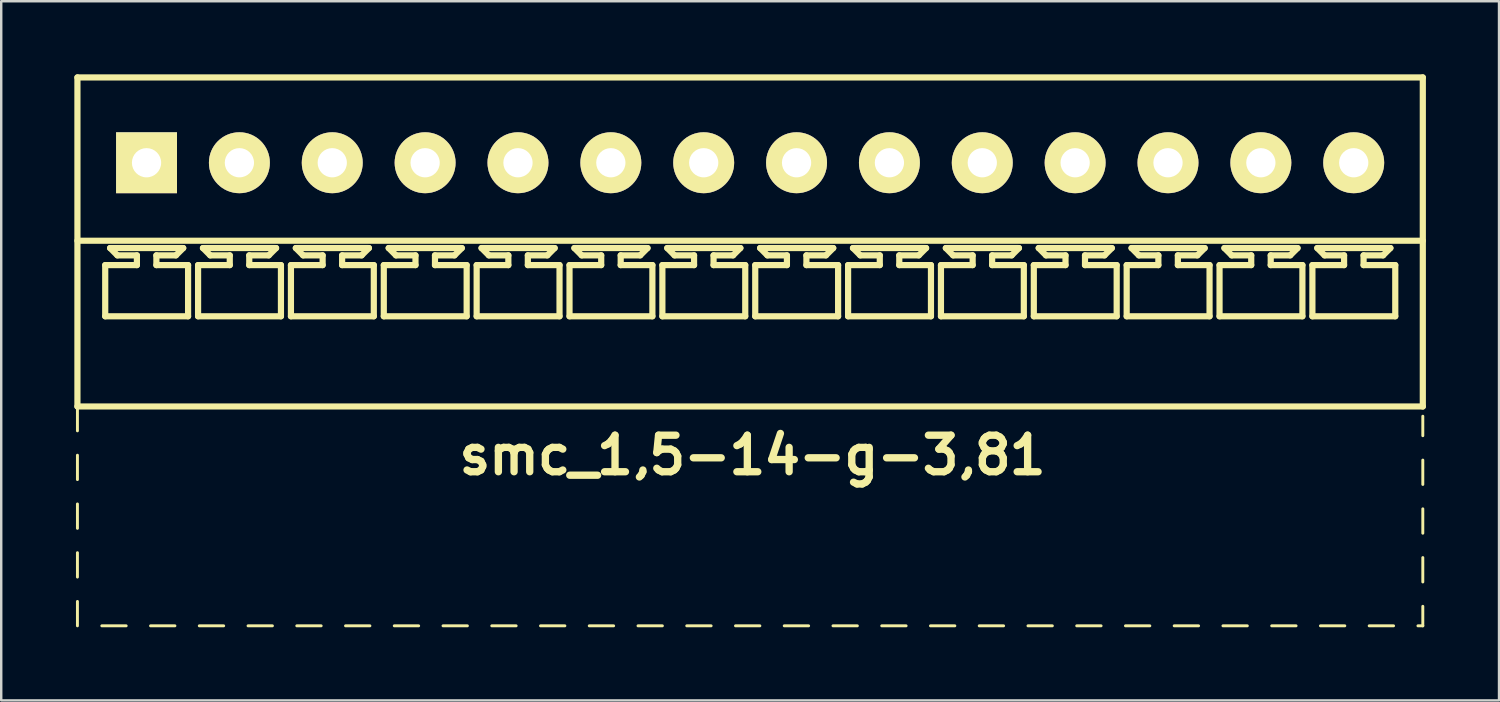
<source format=kicad_pcb>
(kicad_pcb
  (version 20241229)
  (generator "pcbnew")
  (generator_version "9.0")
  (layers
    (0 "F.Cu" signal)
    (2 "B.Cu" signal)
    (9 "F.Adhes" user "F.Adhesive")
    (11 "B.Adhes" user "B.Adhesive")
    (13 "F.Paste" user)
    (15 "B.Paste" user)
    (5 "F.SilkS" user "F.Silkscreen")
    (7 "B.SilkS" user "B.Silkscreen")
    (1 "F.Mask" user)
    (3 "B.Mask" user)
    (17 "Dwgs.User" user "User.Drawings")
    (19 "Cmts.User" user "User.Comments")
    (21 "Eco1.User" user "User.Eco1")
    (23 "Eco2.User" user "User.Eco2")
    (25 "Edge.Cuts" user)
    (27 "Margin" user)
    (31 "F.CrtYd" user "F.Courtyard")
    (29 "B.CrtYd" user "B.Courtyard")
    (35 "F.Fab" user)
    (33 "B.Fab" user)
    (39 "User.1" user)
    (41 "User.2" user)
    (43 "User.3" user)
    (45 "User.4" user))
  (footprint "smc_1,5-14-g-3,81"
    (layer "F.Cu")
    (at 27.727 3.627)
    (property "Reference" "smc_1,5-14-g-3,81" (at 0.1 12 0) (layer "F.SilkS") (effects (font (size 1.5 1.5) (thickness 0.3))))
    (attr through_hole)
    (fp_line (start -27.6 -3.5) (end -27.6 10) (stroke (width 0.254) (type solid)) (layer "F.SilkS"))
    (fp_line (start -27.6 -3.5) (end 27.6 -3.5) (stroke (width 0.254) (type solid)) (layer "F.SilkS"))
    (fp_line (start -27.6 3.2) (end 27.6 3.2) (stroke (width 0.254) (type solid)) (layer "F.SilkS"))
    (fp_line (start -27.6 10) (end -27.6 11) (stroke (width 0.12) (type solid)) (layer "F.SilkS"))
    (fp_line (start -27.6 10) (end 27.6 10) (stroke (width 0.254) (type solid)) (layer "F.SilkS"))
    (fp_line (start -27.6 12) (end -27.6 13) (stroke (width 0.12) (type solid)) (layer "F.SilkS"))
    (fp_line (start -27.6 14) (end -27.6 15) (stroke (width 0.12) (type solid)) (layer "F.SilkS"))
    (fp_line (start -27.6 16) (end -27.6 17) (stroke (width 0.12) (type solid)) (layer "F.SilkS"))
    (fp_line (start -27.6 18) (end -27.6 19) (stroke (width 0.12) (type solid)) (layer "F.SilkS"))
    (fp_line (start -26.6 19) (end -25.6 19) (stroke (width 0.12) (type solid)) (layer "F.SilkS"))
    (fp_line (start -26.46 4.2) (end -25.16 4.2) (stroke (width 0.254) (type solid)) (layer "F.SilkS"))
    (fp_line (start -26.46 6.3) (end -26.46 4.2) (stroke (width 0.254) (type solid)) (layer "F.SilkS"))
    (fp_line (start -26.26 3.5) (end -23.26 3.5) (stroke (width 0.254) (type solid)) (layer "F.SilkS"))
    (fp_line (start -25.96 3.8) (end -26.26 3.5) (stroke (width 0.254) (type solid)) (layer "F.SilkS"))
    (fp_line (start -25.16 3.8) (end -25.96 3.8) (stroke (width 0.254) (type solid)) (layer "F.SilkS"))
    (fp_line (start -25.16 4.2) (end -25.16 3.8) (stroke (width 0.254) (type solid)) (layer "F.SilkS"))
    (fp_line (start -24.6 19) (end -23.6 19) (stroke (width 0.12) (type solid)) (layer "F.SilkS"))
    (fp_line (start -24.36 3.8) (end -24.36 4.2) (stroke (width 0.254) (type solid)) (layer "F.SilkS"))
    (fp_line (start -24.36 4.2) (end -23.06 4.2) (stroke (width 0.254) (type solid)) (layer "F.SilkS"))
    (fp_line (start -23.56 3.8) (end -24.36 3.8) (stroke (width 0.254) (type solid)) (layer "F.SilkS"))
    (fp_line (start -23.56 3.8) (end -23.26 3.5) (stroke (width 0.254) (type solid)) (layer "F.SilkS"))
    (fp_line (start -23.06 4.2) (end -23.06 6.3) (stroke (width 0.254) (type solid)) (layer "F.SilkS"))
    (fp_line (start -23.06 6.3) (end -26.46 6.3) (stroke (width 0.254) (type solid)) (layer "F.SilkS"))
    (fp_line (start -22.65 4.2) (end -21.35 4.2) (stroke (width 0.254) (type solid)) (layer "F.SilkS"))
    (fp_line (start -22.65 6.3) (end -22.65 4.2) (stroke (width 0.254) (type solid)) (layer "F.SilkS"))
    (fp_line (start -22.6 19) (end -21.6 19) (stroke (width 0.12) (type solid)) (layer "F.SilkS"))
    (fp_line (start -22.45 3.5) (end -19.45 3.5) (stroke (width 0.254) (type solid)) (layer "F.SilkS"))
    (fp_line (start -22.15 3.8) (end -22.45 3.5) (stroke (width 0.254) (type solid)) (layer "F.SilkS"))
    (fp_line (start -21.35 3.8) (end -22.15 3.8) (stroke (width 0.254) (type solid)) (layer "F.SilkS"))
    (fp_line (start -21.35 4.2) (end -21.35 3.8) (stroke (width 0.254) (type solid)) (layer "F.SilkS"))
    (fp_line (start -20.6 19) (end -19.6 19) (stroke (width 0.12) (type solid)) (layer "F.SilkS"))
    (fp_line (start -20.55 3.8) (end -20.55 4.2) (stroke (width 0.254) (type solid)) (layer "F.SilkS"))
    (fp_line (start -20.55 4.2) (end -19.25 4.2) (stroke (width 0.254) (type solid)) (layer "F.SilkS"))
    (fp_line (start -19.75 3.8) (end -20.55 3.8) (stroke (width 0.254) (type solid)) (layer "F.SilkS"))
    (fp_line (start -19.75 3.8) (end -19.45 3.5) (stroke (width 0.254) (type solid)) (layer "F.SilkS"))
    (fp_line (start -19.25 4.2) (end -19.25 6.3) (stroke (width 0.254) (type solid)) (layer "F.SilkS"))
    (fp_line (start -19.25 6.3) (end -22.65 6.3) (stroke (width 0.254) (type solid)) (layer "F.SilkS"))
    (fp_line (start -18.84 4.2) (end -17.54 4.2) (stroke (width 0.254) (type solid)) (layer "F.SilkS"))
    (fp_line (start -18.84 6.3) (end -18.84 4.2) (stroke (width 0.254) (type solid)) (layer "F.SilkS"))
    (fp_line (start -18.64 3.5) (end -15.64 3.5) (stroke (width 0.254) (type solid)) (layer "F.SilkS"))
    (fp_line (start -18.6 19) (end -17.6 19) (stroke (width 0.12) (type solid)) (layer "F.SilkS"))
    (fp_line (start -18.34 3.8) (end -18.64 3.5) (stroke (width 0.254) (type solid)) (layer "F.SilkS"))
    (fp_line (start -17.54 3.8) (end -18.34 3.8) (stroke (width 0.254) (type solid)) (layer "F.SilkS"))
    (fp_line (start -17.54 4.2) (end -17.54 3.8) (stroke (width 0.254) (type solid)) (layer "F.SilkS"))
    (fp_line (start -16.74 3.8) (end -16.74 4.2) (stroke (width 0.254) (type solid)) (layer "F.SilkS"))
    (fp_line (start -16.74 4.2) (end -15.44 4.2) (stroke (width 0.254) (type solid)) (layer "F.SilkS"))
    (fp_line (start -16.6 19) (end -15.6 19) (stroke (width 0.12) (type solid)) (layer "F.SilkS"))
    (fp_line (start -15.94 3.8) (end -16.74 3.8) (stroke (width 0.254) (type solid)) (layer "F.SilkS"))
    (fp_line (start -15.94 3.8) (end -15.64 3.5) (stroke (width 0.254) (type solid)) (layer "F.SilkS"))
    (fp_line (start -15.44 4.2) (end -15.44 6.3) (stroke (width 0.254) (type solid)) (layer "F.SilkS"))
    (fp_line (start -15.44 6.3) (end -18.84 6.3) (stroke (width 0.254) (type solid)) (layer "F.SilkS"))
    (fp_line (start -15.03 4.2) (end -13.73 4.2) (stroke (width 0.254) (type solid)) (layer "F.SilkS"))
    (fp_line (start -15.03 6.3) (end -15.03 4.2) (stroke (width 0.254) (type solid)) (layer "F.SilkS"))
    (fp_line (start -14.83 3.5) (end -11.83 3.5) (stroke (width 0.254) (type solid)) (layer "F.SilkS"))
    (fp_line (start -14.6 19) (end -13.6 19) (stroke (width 0.12) (type solid)) (layer "F.SilkS"))
    (fp_line (start -14.53 3.8) (end -14.83 3.5) (stroke (width 0.254) (type solid)) (layer "F.SilkS"))
    (fp_line (start -13.73 3.8) (end -14.53 3.8) (stroke (width 0.254) (type solid)) (layer "F.SilkS"))
    (fp_line (start -13.73 4.2) (end -13.73 3.8) (stroke (width 0.254) (type solid)) (layer "F.SilkS"))
    (fp_line (start -12.93 3.8) (end -12.93 4.2) (stroke (width 0.254) (type solid)) (layer "F.SilkS"))
    (fp_line (start -12.93 4.2) (end -11.63 4.2) (stroke (width 0.254) (type solid)) (layer "F.SilkS"))
    (fp_line (start -12.6 19) (end -11.6 19) (stroke (width 0.12) (type solid)) (layer "F.SilkS"))
    (fp_line (start -12.13 3.8) (end -12.93 3.8) (stroke (width 0.254) (type solid)) (layer "F.SilkS"))
    (fp_line (start -12.13 3.8) (end -11.83 3.5) (stroke (width 0.254) (type solid)) (layer "F.SilkS"))
    (fp_line (start -11.63 4.2) (end -11.63 6.3) (stroke (width 0.254) (type solid)) (layer "F.SilkS"))
    (fp_line (start -11.63 6.3) (end -15.03 6.3) (stroke (width 0.254) (type solid)) (layer "F.SilkS"))
    (fp_line (start -11.22 4.2) (end -9.92 4.2) (stroke (width 0.254) (type solid)) (layer "F.SilkS"))
    (fp_line (start -11.22 6.3) (end -11.22 4.2) (stroke (width 0.254) (type solid)) (layer "F.SilkS"))
    (fp_line (start -11.02 3.5) (end -8.02 3.5) (stroke (width 0.254) (type solid)) (layer "F.SilkS"))
    (fp_line (start -10.72 3.8) (end -11.02 3.5) (stroke (width 0.254) (type solid)) (layer "F.SilkS"))
    (fp_line (start -10.6 19) (end -9.6 19) (stroke (width 0.12) (type solid)) (layer "F.SilkS"))
    (fp_line (start -9.92 3.8) (end -10.72 3.8) (stroke (width 0.254) (type solid)) (layer "F.SilkS"))
    (fp_line (start -9.92 4.2) (end -9.92 3.8) (stroke (width 0.254) (type solid)) (layer "F.SilkS"))
    (fp_line (start -9.12 3.8) (end -9.12 4.2) (stroke (width 0.254) (type solid)) (layer "F.SilkS"))
    (fp_line (start -9.12 4.2) (end -7.82 4.2) (stroke (width 0.254) (type solid)) (layer "F.SilkS"))
    (fp_line (start -8.6 19) (end -7.6 19) (stroke (width 0.12) (type solid)) (layer "F.SilkS"))
    (fp_line (start -8.32 3.8) (end -9.12 3.8) (stroke (width 0.254) (type solid)) (layer "F.SilkS"))
    (fp_line (start -8.32 3.8) (end -8.02 3.5) (stroke (width 0.254) (type solid)) (layer "F.SilkS"))
    (fp_line (start -7.82 4.2) (end -7.82 6.3) (stroke (width 0.254) (type solid)) (layer "F.SilkS"))
    (fp_line (start -7.82 6.3) (end -11.22 6.3) (stroke (width 0.254) (type solid)) (layer "F.SilkS"))
    (fp_line (start -7.41 4.2) (end -6.11 4.2) (stroke (width 0.254) (type solid)) (layer "F.SilkS"))
    (fp_line (start -7.41 6.3) (end -7.41 4.2) (stroke (width 0.254) (type solid)) (layer "F.SilkS"))
    (fp_line (start -7.21 3.5) (end -4.21 3.5) (stroke (width 0.254) (type solid)) (layer "F.SilkS"))
    (fp_line (start -6.91 3.8) (end -7.21 3.5) (stroke (width 0.254) (type solid)) (layer "F.SilkS"))
    (fp_line (start -6.6 19) (end -5.6 19) (stroke (width 0.12) (type solid)) (layer "F.SilkS"))
    (fp_line (start -6.11 3.8) (end -6.91 3.8) (stroke (width 0.254) (type solid)) (layer "F.SilkS"))
    (fp_line (start -6.11 4.2) (end -6.11 3.8) (stroke (width 0.254) (type solid)) (layer "F.SilkS"))
    (fp_line (start -5.31 3.8) (end -5.31 4.2) (stroke (width 0.254) (type solid)) (layer "F.SilkS"))
    (fp_line (start -5.31 4.2) (end -4.01 4.2) (stroke (width 0.254) (type solid)) (layer "F.SilkS"))
    (fp_line (start -4.6 19) (end -3.6 19) (stroke (width 0.12) (type solid)) (layer "F.SilkS"))
    (fp_line (start -4.51 3.8) (end -5.31 3.8) (stroke (width 0.254) (type solid)) (layer "F.SilkS"))
    (fp_line (start -4.51 3.8) (end -4.21 3.5) (stroke (width 0.254) (type solid)) (layer "F.SilkS"))
    (fp_line (start -4.01 4.2) (end -4.01 6.3) (stroke (width 0.254) (type solid)) (layer "F.SilkS"))
    (fp_line (start -4.01 6.3) (end -7.41 6.3) (stroke (width 0.254) (type solid)) (layer "F.SilkS"))
    (fp_line (start -3.6 4.2) (end -2.3 4.2) (stroke (width 0.254) (type solid)) (layer "F.SilkS"))
    (fp_line (start -3.6 6.3) (end -3.6 4.2) (stroke (width 0.254) (type solid)) (layer "F.SilkS"))
    (fp_line (start -3.4 3.5) (end -0.4 3.5) (stroke (width 0.254) (type solid)) (layer "F.SilkS"))
    (fp_line (start -3.1 3.8) (end -3.4 3.5) (stroke (width 0.254) (type solid)) (layer "F.SilkS"))
    (fp_line (start -2.6 19) (end -1.6 19) (stroke (width 0.12) (type solid)) (layer "F.SilkS"))
    (fp_line (start -2.3 3.8) (end -3.1 3.8) (stroke (width 0.254) (type solid)) (layer "F.SilkS"))
    (fp_line (start -2.3 4.2) (end -2.3 3.8) (stroke (width 0.254) (type solid)) (layer "F.SilkS"))
    (fp_line (start -1.5 3.8) (end -1.5 4.2) (stroke (width 0.254) (type solid)) (layer "F.SilkS"))
    (fp_line (start -1.5 4.2) (end -0.2 4.2) (stroke (width 0.254) (type solid)) (layer "F.SilkS"))
    (fp_line (start -0.7 3.8) (end -1.5 3.8) (stroke (width 0.254) (type solid)) (layer "F.SilkS"))
    (fp_line (start -0.7 3.8) (end -0.4 3.5) (stroke (width 0.254) (type solid)) (layer "F.SilkS"))
    (fp_line (start -0.6 19) (end 0.4 19) (stroke (width 0.12) (type solid)) (layer "F.SilkS"))
    (fp_line (start -0.2 4.2) (end -0.2 6.3) (stroke (width 0.254) (type solid)) (layer "F.SilkS"))
    (fp_line (start -0.2 6.3) (end -3.6 6.3) (stroke (width 0.254) (type solid)) (layer "F.SilkS"))
    (fp_line (start 0.21 4.2) (end 1.51 4.2) (stroke (width 0.254) (type solid)) (layer "F.SilkS"))
    (fp_line (start 0.21 6.3) (end 0.21 4.2) (stroke (width 0.254) (type solid)) (layer "F.SilkS"))
    (fp_line (start 0.41 3.5) (end 3.41 3.5) (stroke (width 0.254) (type solid)) (layer "F.SilkS"))
    (fp_line (start 0.71 3.8) (end 0.41 3.5) (stroke (width 0.254) (type solid)) (layer "F.SilkS"))
    (fp_line (start 1.4 19) (end 2.4 19) (stroke (width 0.12) (type solid)) (layer "F.SilkS"))
    (fp_line (start 1.51 3.8) (end 0.71 3.8) (stroke (width 0.254) (type solid)) (layer "F.SilkS"))
    (fp_line (start 1.51 4.2) (end 1.51 3.8) (stroke (width 0.254) (type solid)) (layer "F.SilkS"))
    (fp_line (start 2.31 3.8) (end 2.31 4.2) (stroke (width 0.254) (type solid)) (layer "F.SilkS"))
    (fp_line (start 2.31 4.2) (end 3.61 4.2) (stroke (width 0.254) (type solid)) (layer "F.SilkS"))
    (fp_line (start 3.11 3.8) (end 2.31 3.8) (stroke (width 0.254) (type solid)) (layer "F.SilkS"))
    (fp_line (start 3.11 3.8) (end 3.41 3.5) (stroke (width 0.254) (type solid)) (layer "F.SilkS"))
    (fp_line (start 3.4 19) (end 4.4 19) (stroke (width 0.12) (type solid)) (layer "F.SilkS"))
    (fp_line (start 3.61 4.2) (end 3.61 6.3) (stroke (width 0.254) (type solid)) (layer "F.SilkS"))
    (fp_line (start 3.61 6.3) (end 0.21 6.3) (stroke (width 0.254) (type solid)) (layer "F.SilkS"))
    (fp_line (start 4.02 4.2) (end 5.32 4.2) (stroke (width 0.254) (type solid)) (layer "F.SilkS"))
    (fp_line (start 4.02 6.3) (end 4.02 4.2) (stroke (width 0.254) (type solid)) (layer "F.SilkS"))
    (fp_line (start 4.22 3.5) (end 7.22 3.5) (stroke (width 0.254) (type solid)) (layer "F.SilkS"))
    (fp_line (start 4.52 3.8) (end 4.22 3.5) (stroke (width 0.254) (type solid)) (layer "F.SilkS"))
    (fp_line (start 5.32 3.8) (end 4.52 3.8) (stroke (width 0.254) (type solid)) (layer "F.SilkS"))
    (fp_line (start 5.32 4.2) (end 5.32 3.8) (stroke (width 0.254) (type solid)) (layer "F.SilkS"))
    (fp_line (start 5.4 19) (end 6.4 19) (stroke (width 0.12) (type solid)) (layer "F.SilkS"))
    (fp_line (start 6.12 3.8) (end 6.12 4.2) (stroke (width 0.254) (type solid)) (layer "F.SilkS"))
    (fp_line (start 6.12 4.2) (end 7.42 4.2) (stroke (width 0.254) (type solid)) (layer "F.SilkS"))
    (fp_line (start 6.92 3.8) (end 6.12 3.8) (stroke (width 0.254) (type solid)) (layer "F.SilkS"))
    (fp_line (start 6.92 3.8) (end 7.22 3.5) (stroke (width 0.254) (type solid)) (layer "F.SilkS"))
    (fp_line (start 7.4 19) (end 8.4 19) (stroke (width 0.12) (type solid)) (layer "F.SilkS"))
    (fp_line (start 7.42 4.2) (end 7.42 6.3) (stroke (width 0.254) (type solid)) (layer "F.SilkS"))
    (fp_line (start 7.42 6.3) (end 4.02 6.3) (stroke (width 0.254) (type solid)) (layer "F.SilkS"))
    (fp_line (start 7.83 4.2) (end 9.13 4.2) (stroke (width 0.254) (type solid)) (layer "F.SilkS"))
    (fp_line (start 7.83 6.3) (end 7.83 4.2) (stroke (width 0.254) (type solid)) (layer "F.SilkS"))
    (fp_line (start 8.03 3.5) (end 11.03 3.5) (stroke (width 0.254) (type solid)) (layer "F.SilkS"))
    (fp_line (start 8.33 3.8) (end 8.03 3.5) (stroke (width 0.254) (type solid)) (layer "F.SilkS"))
    (fp_line (start 9.13 3.8) (end 8.33 3.8) (stroke (width 0.254) (type solid)) (layer "F.SilkS"))
    (fp_line (start 9.13 4.2) (end 9.13 3.8) (stroke (width 0.254) (type solid)) (layer "F.SilkS"))
    (fp_line (start 9.4 19) (end 10.4 19) (stroke (width 0.12) (type solid)) (layer "F.SilkS"))
    (fp_line (start 9.93 3.8) (end 9.93 4.2) (stroke (width 0.254) (type solid)) (layer "F.SilkS"))
    (fp_line (start 9.93 4.2) (end 11.23 4.2) (stroke (width 0.254) (type solid)) (layer "F.SilkS"))
    (fp_line (start 10.73 3.8) (end 9.93 3.8) (stroke (width 0.254) (type solid)) (layer "F.SilkS"))
    (fp_line (start 10.73 3.8) (end 11.03 3.5) (stroke (width 0.254) (type solid)) (layer "F.SilkS"))
    (fp_line (start 11.23 4.2) (end 11.23 6.3) (stroke (width 0.254) (type solid)) (layer "F.SilkS"))
    (fp_line (start 11.23 6.3) (end 7.83 6.3) (stroke (width 0.254) (type solid)) (layer "F.SilkS"))
    (fp_line (start 11.4 19) (end 12.4 19) (stroke (width 0.12) (type solid)) (layer "F.SilkS"))
    (fp_line (start 11.64 4.2) (end 12.94 4.2) (stroke (width 0.254) (type solid)) (layer "F.SilkS"))
    (fp_line (start 11.64 6.3) (end 11.64 4.2) (stroke (width 0.254) (type solid)) (layer "F.SilkS"))
    (fp_line (start 11.84 3.5) (end 14.84 3.5) (stroke (width 0.254) (type solid)) (layer "F.SilkS"))
    (fp_line (start 12.14 3.8) (end 11.84 3.5) (stroke (width 0.254) (type solid)) (layer "F.SilkS"))
    (fp_line (start 12.94 3.8) (end 12.14 3.8) (stroke (width 0.254) (type solid)) (layer "F.SilkS"))
    (fp_line (start 12.94 4.2) (end 12.94 3.8) (stroke (width 0.254) (type solid)) (layer "F.SilkS"))
    (fp_line (start 13.4 19) (end 14.4 19) (stroke (width 0.12) (type solid)) (layer "F.SilkS"))
    (fp_line (start 13.74 3.8) (end 13.74 4.2) (stroke (width 0.254) (type solid)) (layer "F.SilkS"))
    (fp_line (start 13.74 4.2) (end 15.04 4.2) (stroke (width 0.254) (type solid)) (layer "F.SilkS"))
    (fp_line (start 14.54 3.8) (end 13.74 3.8) (stroke (width 0.254) (type solid)) (layer "F.SilkS"))
    (fp_line (start 14.54 3.8) (end 14.84 3.5) (stroke (width 0.254) (type solid)) (layer "F.SilkS"))
    (fp_line (start 15.04 4.2) (end 15.04 6.3) (stroke (width 0.254) (type solid)) (layer "F.SilkS"))
    (fp_line (start 15.04 6.3) (end 11.64 6.3) (stroke (width 0.254) (type solid)) (layer "F.SilkS"))
    (fp_line (start 15.4 19) (end 16.4 19) (stroke (width 0.12) (type solid)) (layer "F.SilkS"))
    (fp_line (start 15.45 4.2) (end 16.75 4.2) (stroke (width 0.254) (type solid)) (layer "F.SilkS"))
    (fp_line (start 15.45 6.3) (end 15.45 4.2) (stroke (width 0.254) (type solid)) (layer "F.SilkS"))
    (fp_line (start 15.65 3.5) (end 18.65 3.5) (stroke (width 0.254) (type solid)) (layer "F.SilkS"))
    (fp_line (start 15.95 3.8) (end 15.65 3.5) (stroke (width 0.254) (type solid)) (layer "F.SilkS"))
    (fp_line (start 16.75 3.8) (end 15.95 3.8) (stroke (width 0.254) (type solid)) (layer "F.SilkS"))
    (fp_line (start 16.75 4.2) (end 16.75 3.8) (stroke (width 0.254) (type solid)) (layer "F.SilkS"))
    (fp_line (start 17.4 19) (end 18.4 19) (stroke (width 0.12) (type solid)) (layer "F.SilkS"))
    (fp_line (start 17.55 3.8) (end 17.55 4.2) (stroke (width 0.254) (type solid)) (layer "F.SilkS"))
    (fp_line (start 17.55 4.2) (end 18.85 4.2) (stroke (width 0.254) (type solid)) (layer "F.SilkS"))
    (fp_line (start 18.35 3.8) (end 17.55 3.8) (stroke (width 0.254) (type solid)) (layer "F.SilkS"))
    (fp_line (start 18.35 3.8) (end 18.65 3.5) (stroke (width 0.254) (type solid)) (layer "F.SilkS"))
    (fp_line (start 18.85 4.2) (end 18.85 6.3) (stroke (width 0.254) (type solid)) (layer "F.SilkS"))
    (fp_line (start 18.85 6.3) (end 15.45 6.3) (stroke (width 0.254) (type solid)) (layer "F.SilkS"))
    (fp_line (start 19.26 4.2) (end 20.56 4.2) (stroke (width 0.254) (type solid)) (layer "F.SilkS"))
    (fp_line (start 19.26 6.3) (end 19.26 4.2) (stroke (width 0.254) (type solid)) (layer "F.SilkS"))
    (fp_line (start 19.4 19) (end 20.4 19) (stroke (width 0.12) (type solid)) (layer "F.SilkS"))
    (fp_line (start 19.46 3.5) (end 22.46 3.5) (stroke (width 0.254) (type solid)) (layer "F.SilkS"))
    (fp_line (start 19.76 3.8) (end 19.46 3.5) (stroke (width 0.254) (type solid)) (layer "F.SilkS"))
    (fp_line (start 20.56 3.8) (end 19.76 3.8) (stroke (width 0.254) (type solid)) (layer "F.SilkS"))
    (fp_line (start 20.56 4.2) (end 20.56 3.8) (stroke (width 0.254) (type solid)) (layer "F.SilkS"))
    (fp_line (start 21.36 3.8) (end 21.36 4.2) (stroke (width 0.254) (type solid)) (layer "F.SilkS"))
    (fp_line (start 21.36 4.2) (end 22.66 4.2) (stroke (width 0.254) (type solid)) (layer "F.SilkS"))
    (fp_line (start 21.4 19) (end 22.4 19) (stroke (width 0.12) (type solid)) (layer "F.SilkS"))
    (fp_line (start 22.16 3.8) (end 21.36 3.8) (stroke (width 0.254) (type solid)) (layer "F.SilkS"))
    (fp_line (start 22.16 3.8) (end 22.46 3.5) (stroke (width 0.254) (type solid)) (layer "F.SilkS"))
    (fp_line (start 22.66 4.2) (end 22.66 6.3) (stroke (width 0.254) (type solid)) (layer "F.SilkS"))
    (fp_line (start 22.66 6.3) (end 19.26 6.3) (stroke (width 0.254) (type solid)) (layer "F.SilkS"))
    (fp_line (start 23.07 4.2) (end 24.37 4.2) (stroke (width 0.254) (type solid)) (layer "F.SilkS"))
    (fp_line (start 23.07 6.3) (end 23.07 4.2) (stroke (width 0.254) (type solid)) (layer "F.SilkS"))
    (fp_line (start 23.27 3.5) (end 26.27 3.5) (stroke (width 0.254) (type solid)) (layer "F.SilkS"))
    (fp_line (start 23.4 19) (end 24.4 19) (stroke (width 0.12) (type solid)) (layer "F.SilkS"))
    (fp_line (start 23.57 3.8) (end 23.27 3.5) (stroke (width 0.254) (type solid)) (layer "F.SilkS"))
    (fp_line (start 24.37 3.8) (end 23.57 3.8) (stroke (width 0.254) (type solid)) (layer "F.SilkS"))
    (fp_line (start 24.37 4.2) (end 24.37 3.8) (stroke (width 0.254) (type solid)) (layer "F.SilkS"))
    (fp_line (start 25.17 3.8) (end 25.17 4.2) (stroke (width 0.254) (type solid)) (layer "F.SilkS"))
    (fp_line (start 25.17 4.2) (end 26.47 4.2) (stroke (width 0.254) (type solid)) (layer "F.SilkS"))
    (fp_line (start 25.4 19) (end 26.4 19) (stroke (width 0.12) (type solid)) (layer "F.SilkS"))
    (fp_line (start 25.97 3.8) (end 25.17 3.8) (stroke (width 0.254) (type solid)) (layer "F.SilkS"))
    (fp_line (start 25.97 3.8) (end 26.27 3.5) (stroke (width 0.254) (type solid)) (layer "F.SilkS"))
    (fp_line (start 26.47 4.2) (end 26.47 6.3) (stroke (width 0.254) (type solid)) (layer "F.SilkS"))
    (fp_line (start 26.47 6.3) (end 23.07 6.3) (stroke (width 0.254) (type solid)) (layer "F.SilkS"))
    (fp_line (start 27.4 19) (end 27.6 19) (stroke (width 0.12) (type solid)) (layer "F.SilkS"))
    (fp_line (start 27.6 -3.5) (end 27.6 10) (stroke (width 0.254) (type solid)) (layer "F.SilkS"))
    (fp_line (start 27.6 11.2) (end 27.6 10.4) (stroke (width 0.12) (type solid)) (layer "F.SilkS"))
    (fp_line (start 27.6 13.2) (end 27.6 12.2) (stroke (width 0.12) (type solid)) (layer "F.SilkS"))
    (fp_line (start 27.6 14.2) (end 27.6 15.2) (stroke (width 0.12) (type solid)) (layer "F.SilkS"))
    (fp_line (start 27.6 16.2) (end 27.6 17.2) (stroke (width 0.12) (type solid)) (layer "F.SilkS"))
    (fp_line (start 27.6 18.2) (end 27.6 19) (stroke (width 0.12) (type solid)) (layer "F.SilkS"))
    (pad "1" thru_hole rect (at -24.765 0) (size 2.5 2.5) (drill 1.2) (layers "*.Cu" "*.Mask" "F.SilkS"))
    (pad "2" thru_hole circle (at -20.955 0) (size 2.5 2.5) (drill 1.2) (layers "*.Cu" "*.Mask" "F.SilkS"))
    (pad "3" thru_hole circle (at -17.145 0) (size 2.5 2.5) (drill 1.2) (layers "*.Cu" "*.Mask" "F.SilkS"))
    (pad "4" thru_hole circle (at -13.335 0) (size 2.5 2.5) (drill 1.2) (layers "*.Cu" "*.Mask" "F.SilkS"))
    (pad "5" thru_hole circle (at -9.525 0) (size 2.5 2.5) (drill 1.2) (layers "*.Cu" "*.Mask" "F.SilkS"))
    (pad "6" thru_hole circle (at -5.715 0) (size 2.5 2.5) (drill 1.2) (layers "*.Cu" "*.Mask" "F.SilkS"))
    (pad "7" thru_hole circle (at -1.905 0) (size 2.5 2.5) (drill 1.2) (layers "*.Cu" "*.Mask" "F.SilkS"))
    (pad "8" thru_hole circle (at 1.905 0) (size 2.5 2.5) (drill 1.2) (layers "*.Cu" "*.Mask" "F.SilkS"))
    (pad "9" thru_hole circle (at 5.715 0) (size 2.5 2.5) (drill 1.2) (layers "*.Cu" "*.Mask" "F.SilkS"))
    (pad "10" thru_hole circle (at 9.525 0) (size 2.5 2.5) (drill 1.2) (layers "*.Cu" "*.Mask" "F.SilkS"))
    (pad "11" thru_hole circle (at 13.335 0) (size 2.5 2.5) (drill 1.2) (layers "*.Cu" "*.Mask" "F.SilkS"))
    (pad "12" thru_hole circle (at 17.145 0) (size 2.5 2.5) (drill 1.2) (layers "*.Cu" "*.Mask" "F.SilkS"))
    (pad "13" thru_hole circle (at 20.955 0) (size 2.5 2.5) (drill 1.2) (layers "*.Cu" "*.Mask" "F.SilkS"))
    (pad "14" thru_hole circle (at 24.765 0) (size 2.5 2.5) (drill 1.2) (layers "*.Cu" "*.Mask" "F.SilkS")))
  (gr_rect
    (start -3 -3)
    (end 58.454 25.687)
    (stroke (width 0.1) (type default))
    (fill no)
    (layer "Edge.Cuts")))
</source>
